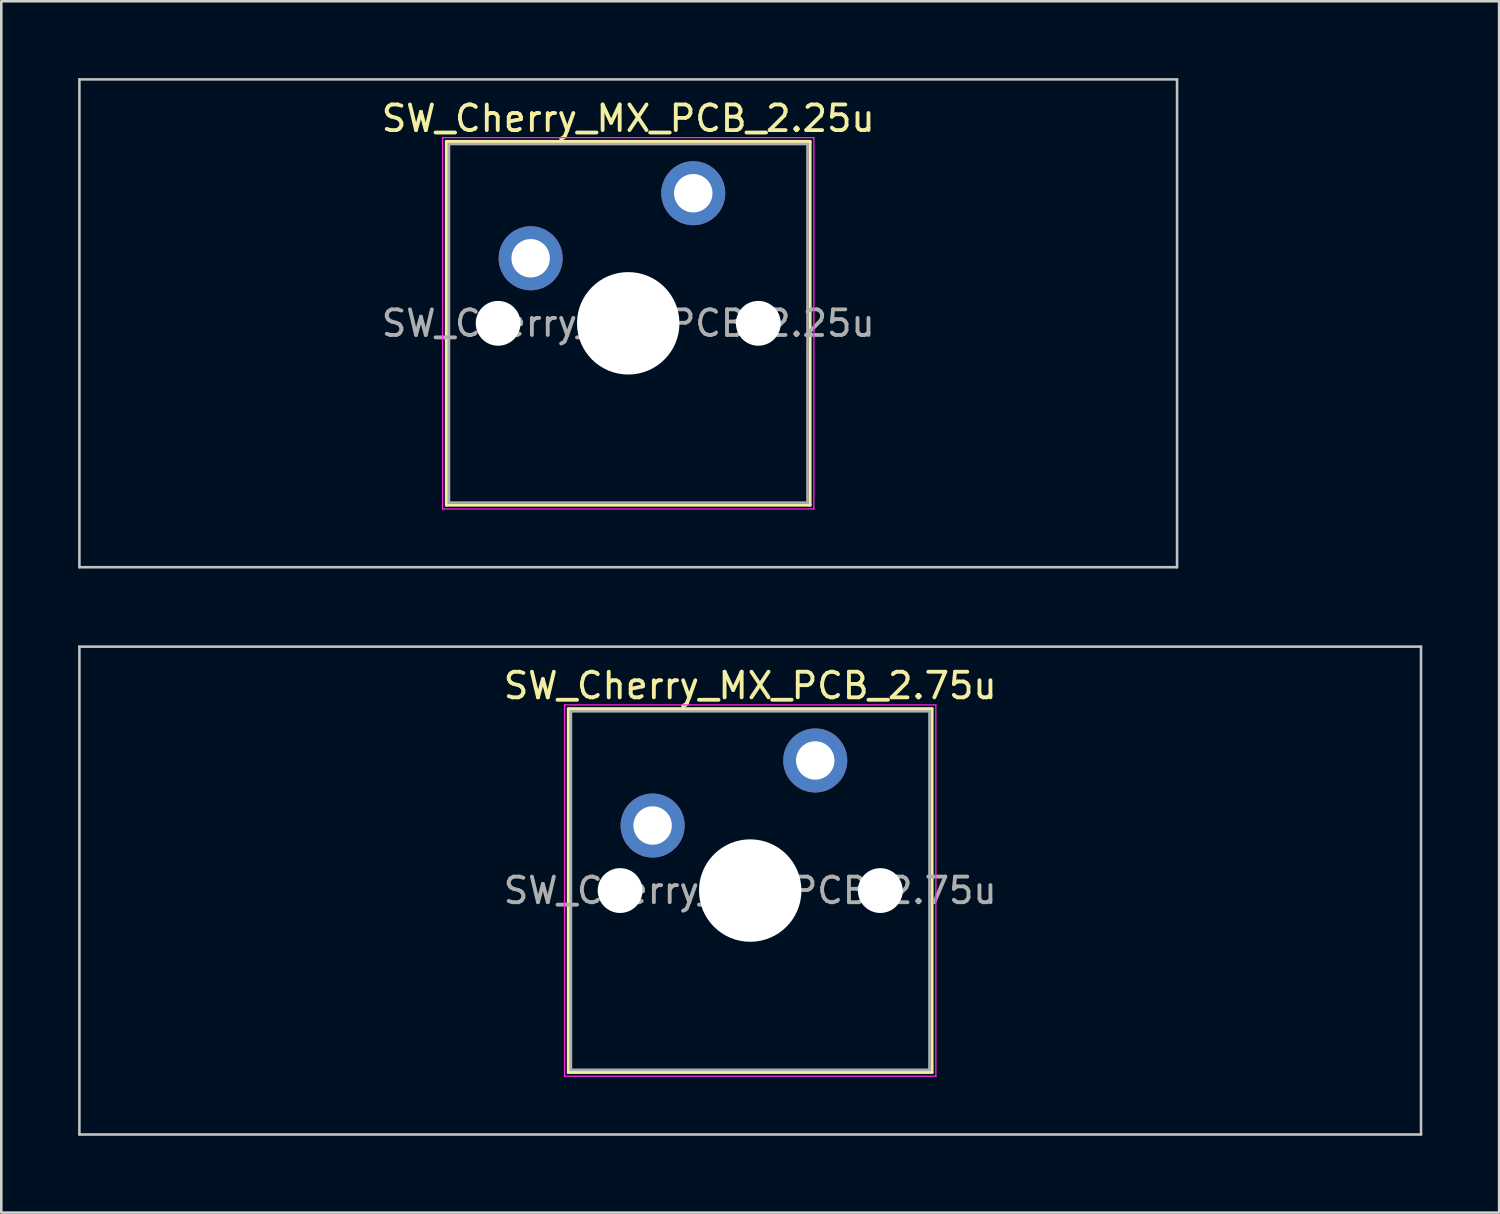
<source format=kicad_pcb>
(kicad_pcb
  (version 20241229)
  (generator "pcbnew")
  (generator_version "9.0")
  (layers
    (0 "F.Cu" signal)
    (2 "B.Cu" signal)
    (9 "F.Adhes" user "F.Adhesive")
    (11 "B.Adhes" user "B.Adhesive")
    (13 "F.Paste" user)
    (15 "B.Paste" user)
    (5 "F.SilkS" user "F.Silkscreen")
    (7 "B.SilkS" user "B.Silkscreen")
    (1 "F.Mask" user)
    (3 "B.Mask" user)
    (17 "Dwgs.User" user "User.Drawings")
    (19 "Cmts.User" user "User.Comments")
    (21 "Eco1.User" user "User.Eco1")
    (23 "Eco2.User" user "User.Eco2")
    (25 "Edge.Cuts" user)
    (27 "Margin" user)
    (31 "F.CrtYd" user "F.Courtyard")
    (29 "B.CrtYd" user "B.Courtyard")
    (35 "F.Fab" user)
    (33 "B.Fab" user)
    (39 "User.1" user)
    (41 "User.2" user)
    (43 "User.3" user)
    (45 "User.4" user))
  (footprint "SW_Cherry_MX_PCB_2.75u"
    (layer "F.Cu")
    (at 26.244 31.725)
    (property "Reference" "SW_Cherry_MX_PCB_2.75u" (at 0 -8 0) (layer "F.SilkS") (effects (font (size 1 1) (thickness 0.15))))
    (attr through_hole)
    (fp_line (start -7.1 -7.1) (end -7.1 7.1) (stroke (width 0.12) (type solid)) (layer "F.SilkS"))
    (fp_line (start -7.1 7.1) (end 7.1 7.1) (stroke (width 0.12) (type solid)) (layer "F.SilkS"))
    (fp_line (start 7.1 -7.1) (end -7.1 -7.1) (stroke (width 0.12) (type solid)) (layer "F.SilkS"))
    (fp_line (start 7.1 7.1) (end 7.1 -7.1) (stroke (width 0.12) (type solid)) (layer "F.SilkS"))
    (fp_line (start -26.194 -9.525) (end -26.194 9.525) (stroke (width 0.1) (type solid)) (layer "Dwgs.User"))
    (fp_line (start -26.194 9.525) (end 26.194 9.525) (stroke (width 0.1) (type solid)) (layer "Dwgs.User"))
    (fp_line (start 26.194 -9.525) (end -26.194 -9.525) (stroke (width 0.1) (type solid)) (layer "Dwgs.User"))
    (fp_line (start 26.194 9.525) (end 26.194 -9.525) (stroke (width 0.1) (type solid)) (layer "Dwgs.User"))
    (fp_line (start -7 -7) (end -7 7) (stroke (width 0.1) (type solid)) (layer "Eco1.User"))
    (fp_line (start -7 7) (end 7 7) (stroke (width 0.1) (type solid)) (layer "Eco1.User"))
    (fp_line (start 7 -7) (end -7 -7) (stroke (width 0.1) (type solid)) (layer "Eco1.User"))
    (fp_line (start 7 7) (end 7 -7) (stroke (width 0.1) (type solid)) (layer "Eco1.User"))
    (fp_line (start -7.25 -7.25) (end -7.25 7.25) (stroke (width 0.05) (type solid)) (layer "F.CrtYd"))
    (fp_line (start -7.25 7.25) (end 7.25 7.25) (stroke (width 0.05) (type solid)) (layer "F.CrtYd"))
    (fp_line (start 7.25 -7.25) (end -7.25 -7.25) (stroke (width 0.05) (type solid)) (layer "F.CrtYd"))
    (fp_line (start 7.25 7.25) (end 7.25 -7.25) (stroke (width 0.05) (type solid)) (layer "F.CrtYd"))
    (fp_line (start -7 -7) (end -7 7) (stroke (width 0.1) (type solid)) (layer "F.Fab"))
    (fp_line (start -7 7) (end 7 7) (stroke (width 0.1) (type solid)) (layer "F.Fab"))
    (fp_line (start 7 -7) (end -7 -7) (stroke (width 0.1) (type solid)) (layer "F.Fab"))
    (fp_line (start 7 7) (end 7 -7) (stroke (width 0.1) (type solid)) (layer "F.Fab"))
    (fp_text user "${REFERENCE}" (at 0 0 0) (layer "F.Fab") (effects (font (size 1 1) (thickness 0.15))))
    (pad "" np_thru_hole circle (at -5.08 0) (size 1.75 1.75) (drill 1.75) (layers "*.Cu" "*.Mask"))
    (pad "" np_thru_hole circle (at 0 0) (size 4 4) (drill 4) (layers "*.Cu" "*.Mask"))
    (pad "" np_thru_hole circle (at 5.08 0) (size 1.75 1.75) (drill 1.75) (layers "*.Cu" "*.Mask"))
    (pad "1" thru_hole circle (at -3.81 -2.54) (size 2.5 2.5) (drill 1.5) (layers "*.Cu" "*.Mask"))
    (pad "2" thru_hole circle (at 2.54 -5.08) (size 2.5 2.5) (drill 1.5) (layers "*.Cu" "*.Mask")))
  (footprint "SW_Cherry_MX_PCB_2.25u"
    (layer "F.Cu")
    (at 21.481 9.575)
    (property "Reference" "SW_Cherry_MX_PCB_2.25u" (at 0 -8 0) (layer "F.SilkS") (effects (font (size 1 1) (thickness 0.15))))
    (attr through_hole)
    (fp_line (start -7.1 -7.1) (end -7.1 7.1) (stroke (width 0.12) (type solid)) (layer "F.SilkS"))
    (fp_line (start -7.1 7.1) (end 7.1 7.1) (stroke (width 0.12) (type solid)) (layer "F.SilkS"))
    (fp_line (start 7.1 -7.1) (end -7.1 -7.1) (stroke (width 0.12) (type solid)) (layer "F.SilkS"))
    (fp_line (start 7.1 7.1) (end 7.1 -7.1) (stroke (width 0.12) (type solid)) (layer "F.SilkS"))
    (fp_line (start -21.431 -9.525) (end -21.431 9.525) (stroke (width 0.1) (type solid)) (layer "Dwgs.User"))
    (fp_line (start -21.431 9.525) (end 21.431 9.525) (stroke (width 0.1) (type solid)) (layer "Dwgs.User"))
    (fp_line (start 21.431 -9.525) (end -21.431 -9.525) (stroke (width 0.1) (type solid)) (layer "Dwgs.User"))
    (fp_line (start 21.431 9.525) (end 21.431 -9.525) (stroke (width 0.1) (type solid)) (layer "Dwgs.User"))
    (fp_line (start -7 -7) (end -7 7) (stroke (width 0.1) (type solid)) (layer "Eco1.User"))
    (fp_line (start -7 7) (end 7 7) (stroke (width 0.1) (type solid)) (layer "Eco1.User"))
    (fp_line (start 7 -7) (end -7 -7) (stroke (width 0.1) (type solid)) (layer "Eco1.User"))
    (fp_line (start 7 7) (end 7 -7) (stroke (width 0.1) (type solid)) (layer "Eco1.User"))
    (fp_line (start -7.25 -7.25) (end -7.25 7.25) (stroke (width 0.05) (type solid)) (layer "F.CrtYd"))
    (fp_line (start -7.25 7.25) (end 7.25 7.25) (stroke (width 0.05) (type solid)) (layer "F.CrtYd"))
    (fp_line (start 7.25 -7.25) (end -7.25 -7.25) (stroke (width 0.05) (type solid)) (layer "F.CrtYd"))
    (fp_line (start 7.25 7.25) (end 7.25 -7.25) (stroke (width 0.05) (type solid)) (layer "F.CrtYd"))
    (fp_line (start -7 -7) (end -7 7) (stroke (width 0.1) (type solid)) (layer "F.Fab"))
    (fp_line (start -7 7) (end 7 7) (stroke (width 0.1) (type solid)) (layer "F.Fab"))
    (fp_line (start 7 -7) (end -7 -7) (stroke (width 0.1) (type solid)) (layer "F.Fab"))
    (fp_line (start 7 7) (end 7 -7) (stroke (width 0.1) (type solid)) (layer "F.Fab"))
    (fp_text user "${REFERENCE}" (at 0 0 0) (layer "F.Fab") (effects (font (size 1 1) (thickness 0.15))))
    (pad "" np_thru_hole circle (at -5.08 0) (size 1.75 1.75) (drill 1.75) (layers "*.Cu" "*.Mask"))
    (pad "" np_thru_hole circle (at 0 0) (size 4 4) (drill 4) (layers "*.Cu" "*.Mask"))
    (pad "" np_thru_hole circle (at 5.08 0) (size 1.75 1.75) (drill 1.75) (layers "*.Cu" "*.Mask"))
    (pad "1" thru_hole circle (at -3.81 -2.54) (size 2.5 2.5) (drill 1.5) (layers "*.Cu" "*.Mask"))
    (pad "2" thru_hole circle (at 2.54 -5.08) (size 2.5 2.5) (drill 1.5) (layers "*.Cu" "*.Mask")))
  (gr_rect
    (start -3 -3)
    (end 55.487 44.3)
    (stroke (width 0.1) (type default))
    (fill no)
    (layer "Edge.Cuts")))
</source>
